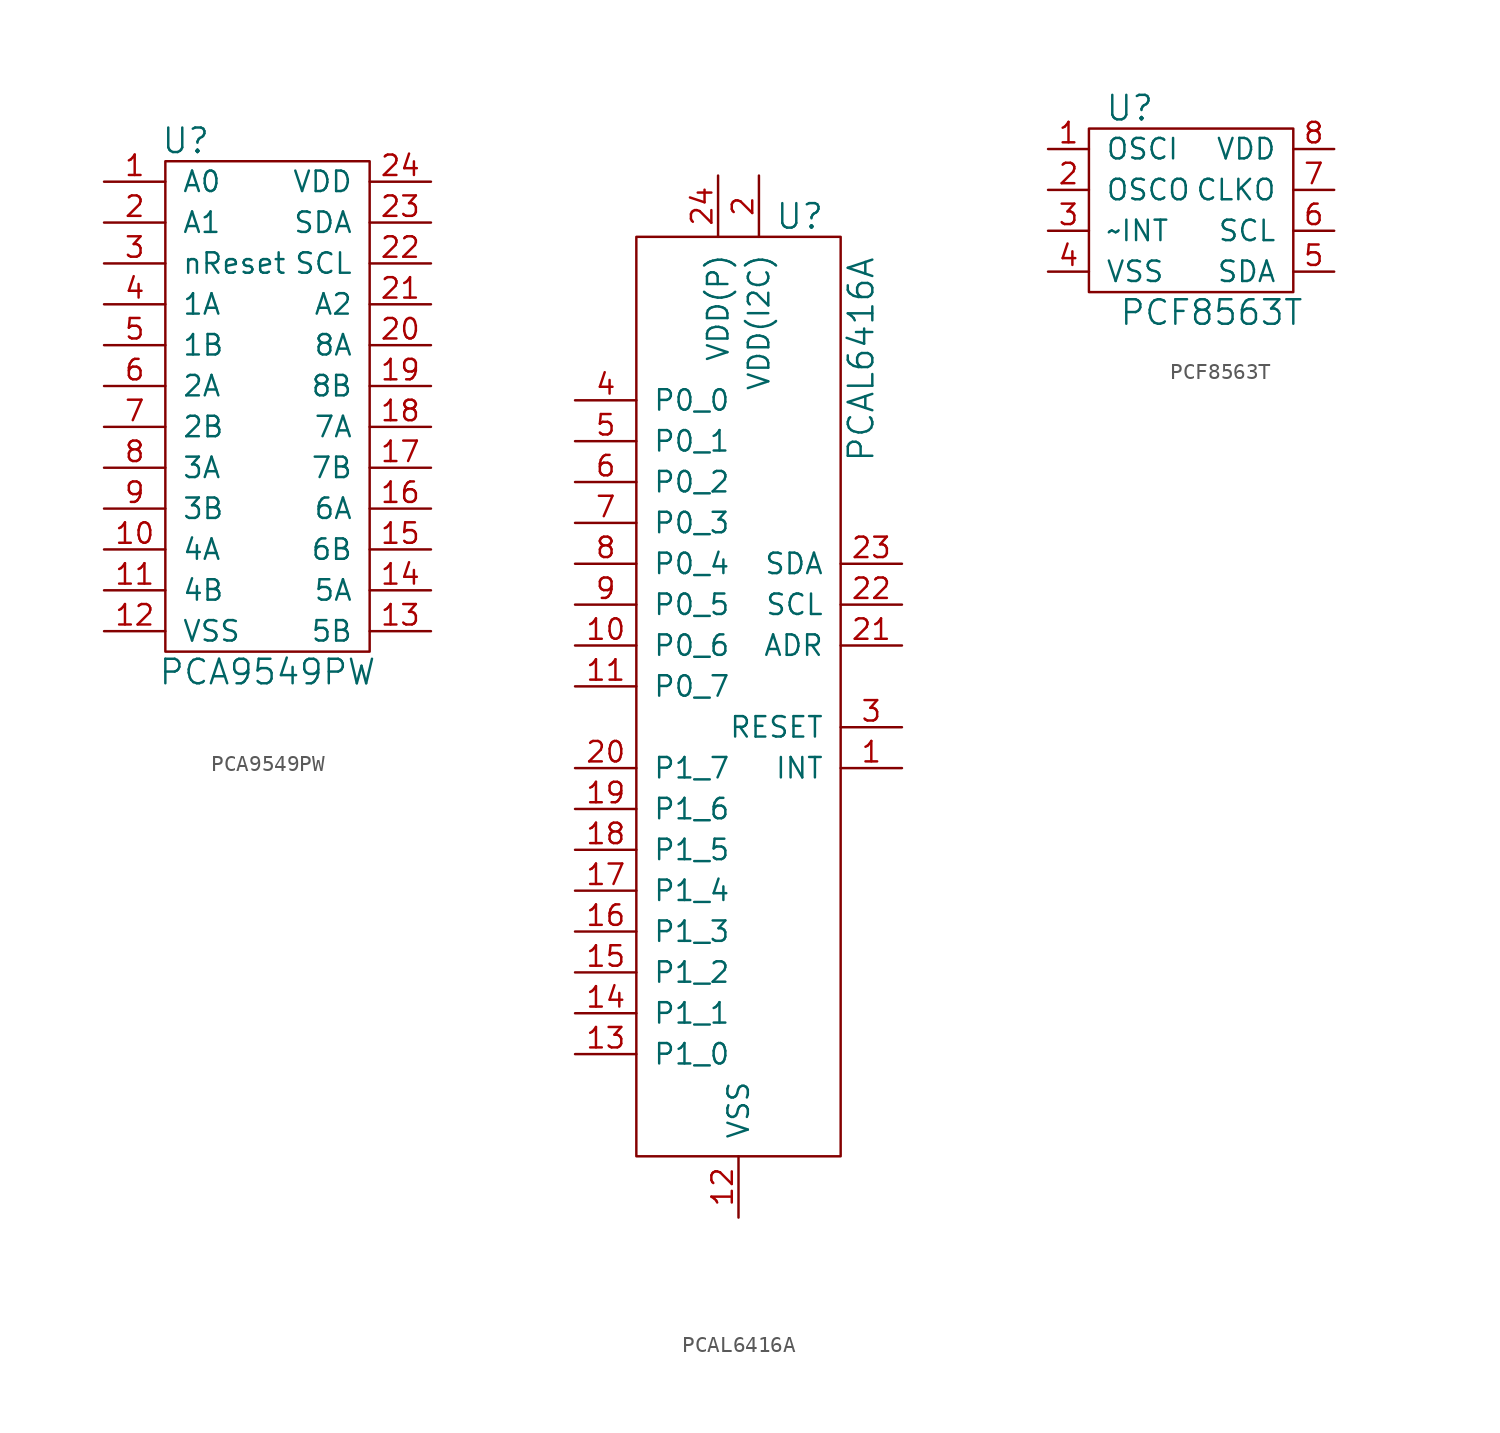
<source format=kicad_sym>
(kicad_symbol_lib
  (version 20210619)
  (generator kicad_symbol_editor)
  (symbol "tinkerforge:PCA9549PW"
    (pin_names
      (offset 1.016))
    (property "Reference" "U"
      (at -5.08 16.51 0)
      (effects (font (size 1.524 1.524))))
    (property "Value" "PCA9549PW"
      (at 0 -16.51 0)
      (effects (font (size 1.524 1.524))))
    (property "Footprint" ""
      (at 0 0 0)
      (effects (font (size 1.524 1.524))))
    (property "Datasheet" ""
      (at 0 0 0)
      (effects (font (size 1.524 1.524))))
    (symbol "PCA9549PW_0_1"
      (rectangle (start -6.35 15.24) (end 6.35 -15.24) (stroke (width 0)) (fill (type none))))
    (symbol "PCA9549PW_1_1"
      (pin passive line (at -10.16 13.97 0) (length 3.81) (name "A0" (effects (font (size 1.27 1.27)))) (number "1" (effects (font (size 1.27 1.27)))))
      (pin passive line (at -10.16 -8.89 0) (length 3.81) (name "4A" (effects (font (size 1.27 1.27)))) (number "10" (effects (font (size 1.27 1.27)))))
      (pin passive line (at -10.16 -11.43 0) (length 3.81) (name "4B" (effects (font (size 1.27 1.27)))) (number "11" (effects (font (size 1.27 1.27)))))
      (pin passive line (at -10.16 -13.97 0) (length 3.81) (name "VSS" (effects (font (size 1.27 1.27)))) (number "12" (effects (font (size 1.27 1.27)))))
      (pin passive line (at 10.16 -13.97 180) (length 3.81) (name "5B" (effects (font (size 1.27 1.27)))) (number "13" (effects (font (size 1.27 1.27)))))
      (pin passive line (at 10.16 -11.43 180) (length 3.81) (name "5A" (effects (font (size 1.27 1.27)))) (number "14" (effects (font (size 1.27 1.27)))))
      (pin passive line (at 10.16 -8.89 180) (length 3.81) (name "6B" (effects (font (size 1.27 1.27)))) (number "15" (effects (font (size 1.27 1.27)))))
      (pin passive line (at 10.16 -6.35 180) (length 3.81) (name "6A" (effects (font (size 1.27 1.27)))) (number "16" (effects (font (size 1.27 1.27)))))
      (pin passive line (at 10.16 -3.81 180) (length 3.81) (name "7B" (effects (font (size 1.27 1.27)))) (number "17" (effects (font (size 1.27 1.27)))))
      (pin passive line (at 10.16 -1.27 180) (length 3.81) (name "7A" (effects (font (size 1.27 1.27)))) (number "18" (effects (font (size 1.27 1.27)))))
      (pin passive line (at 10.16 1.27 180) (length 3.81) (name "8B" (effects (font (size 1.27 1.27)))) (number "19" (effects (font (size 1.27 1.27)))))
      (pin passive line (at -10.16 11.43 0) (length 3.81) (name "A1" (effects (font (size 1.27 1.27)))) (number "2" (effects (font (size 1.27 1.27)))))
      (pin passive line (at 10.16 3.81 180) (length 3.81) (name "8A" (effects (font (size 1.27 1.27)))) (number "20" (effects (font (size 1.27 1.27)))))
      (pin passive line (at 10.16 6.35 180) (length 3.81) (name "A2" (effects (font (size 1.27 1.27)))) (number "21" (effects (font (size 1.27 1.27)))))
      (pin passive line (at 10.16 8.89 180) (length 3.81) (name "SCL" (effects (font (size 1.27 1.27)))) (number "22" (effects (font (size 1.27 1.27)))))
      (pin passive line (at 10.16 11.43 180) (length 3.81) (name "SDA" (effects (font (size 1.27 1.27)))) (number "23" (effects (font (size 1.27 1.27)))))
      (pin passive line (at 10.16 13.97 180) (length 3.81) (name "VDD" (effects (font (size 1.27 1.27)))) (number "24" (effects (font (size 1.27 1.27)))))
      (pin passive line (at -10.16 8.89 0) (length 3.81) (name "nReset" (effects (font (size 1.27 1.27)))) (number "3" (effects (font (size 1.27 1.27)))))
      (pin passive line (at -10.16 6.35 0) (length 3.81) (name "1A" (effects (font (size 1.27 1.27)))) (number "4" (effects (font (size 1.27 1.27)))))
      (pin passive line (at -10.16 3.81 0) (length 3.81) (name "1B" (effects (font (size 1.27 1.27)))) (number "5" (effects (font (size 1.27 1.27)))))
      (pin passive line (at -10.16 1.27 0) (length 3.81) (name "2A" (effects (font (size 1.27 1.27)))) (number "6" (effects (font (size 1.27 1.27)))))
      (pin passive line (at -10.16 -1.27 0) (length 3.81) (name "2B" (effects (font (size 1.27 1.27)))) (number "7" (effects (font (size 1.27 1.27)))))
      (pin passive line (at -10.16 -3.81 0) (length 3.81) (name "3A" (effects (font (size 1.27 1.27)))) (number "8" (effects (font (size 1.27 1.27)))))
      (pin passive line (at -10.16 -6.35 0) (length 3.81) (name "3B" (effects (font (size 1.27 1.27)))) (number "9" (effects (font (size 1.27 1.27)))))))
  (symbol "tinkerforge:PCAL6416A"
    (pin_names
      (offset 1.016))
    (property "Reference" "U"
      (at 3.81 31.75 0)
      (effects (font (size 1.524 1.524))))
    (property "Value" "PCAL6416A"
      (at 7.62 22.86 90)
      (effects (font (size 1.524 1.524))))
    (property "Footprint" ""
      (at 0 5.08 0)
      (effects (font (size 1.524 1.524))))
    (property "Datasheet" ""
      (at 0 5.08 0)
      (effects (font (size 1.524 1.524))))
    (symbol "PCAL6416A_0_1"
      (rectangle (start -6.35 30.48) (end 6.35 -26.67) (stroke (width 0)) (fill (type none))))
    (symbol "PCAL6416A_1_1"
      (pin bidirectional line (at 10.16 -2.54 180) (length 3.81) (name "INT" (effects (font (size 1.27 1.27)))) (number "1" (effects (font (size 1.27 1.27)))))
      (pin bidirectional line (at -10.16 5.08 0) (length 3.81) (name "P0_6" (effects (font (size 1.27 1.27)))) (number "10" (effects (font (size 1.27 1.27)))))
      (pin bidirectional line (at -10.16 2.54 0) (length 3.81) (name "P0_7" (effects (font (size 1.27 1.27)))) (number "11" (effects (font (size 1.27 1.27)))))
      (pin bidirectional line (at 0 -30.48 90) (length 3.81) (name "VSS" (effects (font (size 1.27 1.27)))) (number "12" (effects (font (size 1.27 1.27)))))
      (pin bidirectional line (at -10.16 -20.32 0) (length 3.81) (name "P1_0" (effects (font (size 1.27 1.27)))) (number "13" (effects (font (size 1.27 1.27)))))
      (pin bidirectional line (at -10.16 -17.78 0) (length 3.81) (name "P1_1" (effects (font (size 1.27 1.27)))) (number "14" (effects (font (size 1.27 1.27)))))
      (pin bidirectional line (at -10.16 -15.24 0) (length 3.81) (name "P1_2" (effects (font (size 1.27 1.27)))) (number "15" (effects (font (size 1.27 1.27)))))
      (pin bidirectional line (at -10.16 -12.7 0) (length 3.81) (name "P1_3" (effects (font (size 1.27 1.27)))) (number "16" (effects (font (size 1.27 1.27)))))
      (pin bidirectional line (at -10.16 -10.16 0) (length 3.81) (name "P1_4" (effects (font (size 1.27 1.27)))) (number "17" (effects (font (size 1.27 1.27)))))
      (pin bidirectional line (at -10.16 -7.62 0) (length 3.81) (name "P1_5" (effects (font (size 1.27 1.27)))) (number "18" (effects (font (size 1.27 1.27)))))
      (pin bidirectional line (at -10.16 -5.08 0) (length 3.81) (name "P1_6" (effects (font (size 1.27 1.27)))) (number "19" (effects (font (size 1.27 1.27)))))
      (pin bidirectional line (at 1.27 34.29 270) (length 3.81) (name "VDD(I2C)" (effects (font (size 1.27 1.27)))) (number "2" (effects (font (size 1.27 1.27)))))
      (pin bidirectional line (at -10.16 -2.54 0) (length 3.81) (name "P1_7" (effects (font (size 1.27 1.27)))) (number "20" (effects (font (size 1.27 1.27)))))
      (pin bidirectional line (at 10.16 5.08 180) (length 3.81) (name "ADR" (effects (font (size 1.27 1.27)))) (number "21" (effects (font (size 1.27 1.27)))))
      (pin bidirectional line (at 10.16 7.62 180) (length 3.81) (name "SCL" (effects (font (size 1.27 1.27)))) (number "22" (effects (font (size 1.27 1.27)))))
      (pin bidirectional line (at 10.16 10.16 180) (length 3.81) (name "SDA" (effects (font (size 1.27 1.27)))) (number "23" (effects (font (size 1.27 1.27)))))
      (pin bidirectional line (at -1.27 34.29 270) (length 3.81) (name "VDD(P)" (effects (font (size 1.27 1.27)))) (number "24" (effects (font (size 1.27 1.27)))))
      (pin bidirectional line (at 10.16 0 180) (length 3.81) (name "RESET" (effects (font (size 1.27 1.27)))) (number "3" (effects (font (size 1.27 1.27)))))
      (pin bidirectional line (at -10.16 20.32 0) (length 3.81) (name "P0_0" (effects (font (size 1.27 1.27)))) (number "4" (effects (font (size 1.27 1.27)))))
      (pin bidirectional line (at -10.16 17.78 0) (length 3.81) (name "P0_1" (effects (font (size 1.27 1.27)))) (number "5" (effects (font (size 1.27 1.27)))))
      (pin bidirectional line (at -10.16 15.24 0) (length 3.81) (name "P0_2" (effects (font (size 1.27 1.27)))) (number "6" (effects (font (size 1.27 1.27)))))
      (pin bidirectional line (at -10.16 12.7 0) (length 3.81) (name "P0_3" (effects (font (size 1.27 1.27)))) (number "7" (effects (font (size 1.27 1.27)))))
      (pin bidirectional line (at -10.16 10.16 0) (length 3.81) (name "P0_4" (effects (font (size 1.27 1.27)))) (number "8" (effects (font (size 1.27 1.27)))))
      (pin bidirectional line (at -10.16 7.62 0) (length 3.81) (name "P0_5" (effects (font (size 1.27 1.27)))) (number "9" (effects (font (size 1.27 1.27)))))))
  (symbol "tinkerforge:PCF8563T"
    (pin_names
      (offset 1.016))
    (property "Reference" "U"
      (at -3.81 6.35 0)
      (effects (font (size 1.524 1.524))))
    (property "Value" "PCF8563T"
      (at 1.27 -6.35 0)
      (effects (font (size 1.524 1.524))))
    (property "Footprint" ""
      (at 12.7 -5.08 0)
      (effects (font (size 1.524 1.524))))
    (property "Datasheet" ""
      (at 12.7 -5.08 0)
      (effects (font (size 1.524 1.524))))
    (symbol "PCF8563T_0_1"
      (rectangle (start -6.35 5.08) (end 6.35 -5.08) (stroke (width 0)) (fill (type none))))
    (symbol "PCF8563T_1_1"
      (pin passive line (at -8.89 3.81 0) (length 2.54) (name "OSCI" (effects (font (size 1.27 1.27)))) (number "1" (effects (font (size 1.27 1.27)))))
      (pin passive line (at -8.89 1.27 0) (length 2.54) (name "OSCO" (effects (font (size 1.27 1.27)))) (number "2" (effects (font (size 1.27 1.27)))))
      (pin passive line (at -8.89 -1.27 0) (length 2.54) (name "~INT" (effects (font (size 1.27 1.27)))) (number "3" (effects (font (size 1.27 1.27)))))
      (pin passive line (at -8.89 -3.81 0) (length 2.54) (name "VSS" (effects (font (size 1.27 1.27)))) (number "4" (effects (font (size 1.27 1.27)))))
      (pin passive line (at 8.89 -3.81 180) (length 2.54) (name "SDA" (effects (font (size 1.27 1.27)))) (number "5" (effects (font (size 1.27 1.27)))))
      (pin passive line (at 8.89 -1.27 180) (length 2.54) (name "SCL" (effects (font (size 1.27 1.27)))) (number "6" (effects (font (size 1.27 1.27)))))
      (pin passive line (at 8.89 1.27 180) (length 2.54) (name "CLKO" (effects (font (size 1.27 1.27)))) (number "7" (effects (font (size 1.27 1.27)))))
      (pin passive line (at 8.89 3.81 180) (length 2.54) (name "VDD" (effects (font (size 1.27 1.27)))) (number "8" (effects (font (size 1.27 1.27))))))))
</source>
